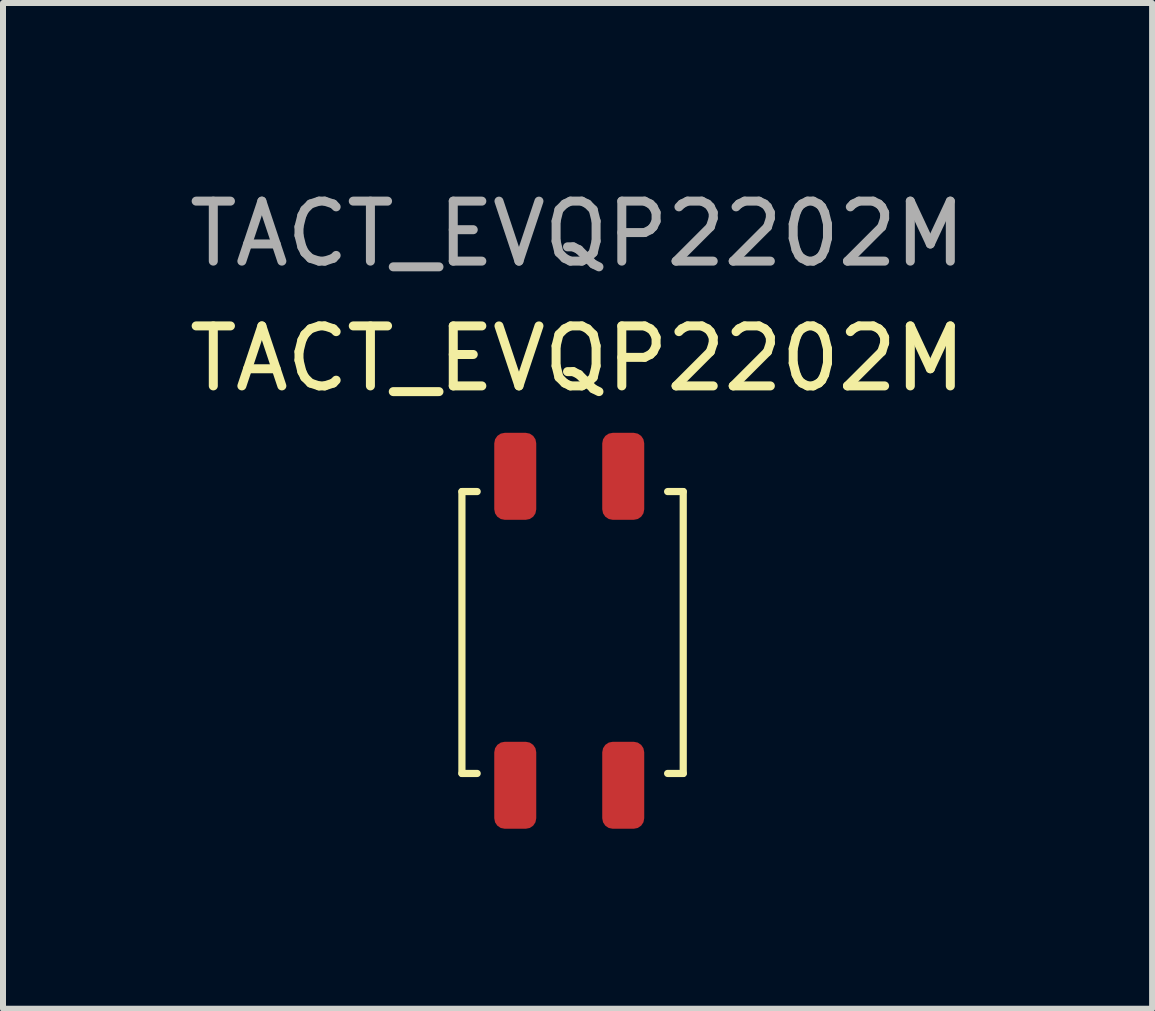
<source format=kicad_pcb>
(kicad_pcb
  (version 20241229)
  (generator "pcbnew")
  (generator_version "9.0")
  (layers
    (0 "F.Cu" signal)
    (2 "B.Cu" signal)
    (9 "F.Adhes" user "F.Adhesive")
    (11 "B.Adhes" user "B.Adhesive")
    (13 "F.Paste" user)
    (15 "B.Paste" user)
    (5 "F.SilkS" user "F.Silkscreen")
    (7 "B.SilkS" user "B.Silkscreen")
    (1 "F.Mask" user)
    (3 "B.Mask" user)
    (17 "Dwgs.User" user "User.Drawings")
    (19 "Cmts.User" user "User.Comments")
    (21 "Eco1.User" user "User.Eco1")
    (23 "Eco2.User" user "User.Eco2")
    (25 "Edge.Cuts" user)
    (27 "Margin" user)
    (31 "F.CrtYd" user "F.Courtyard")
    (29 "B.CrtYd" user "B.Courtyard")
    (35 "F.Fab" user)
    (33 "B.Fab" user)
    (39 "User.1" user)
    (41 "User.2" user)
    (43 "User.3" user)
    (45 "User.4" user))
  (footprint "TACT_EVQP2202M"
    (layer "F.Cu")
    (at 6.45 7.373)
    (property "Reference" "TACT_EVQP2202M" (at 0.127 -4.445 0) (unlocked yes) (layer "F.SilkS") (effects (font (size 1 1) (thickness 0.15))))
    (attr smd)
    (fp_line (start -1.8 -2.229) (end -1.8 2.47) (stroke (width 0.12) (type solid)) (layer "F.SilkS"))
    (fp_line (start -1.8 -2.229) (end -1.546 -2.229) (stroke (width 0.12) (type solid)) (layer "F.SilkS"))
    (fp_line (start -1.8 2.47) (end -1.546 2.47) (stroke (width 0.12) (type solid)) (layer "F.SilkS"))
    (fp_line (start 1.889 -2.229) (end 1.629 -2.229) (stroke (width 0.12) (type solid)) (layer "F.SilkS"))
    (fp_line (start 1.889 -2.229) (end 1.889 2.47) (stroke (width 0.12) (type solid)) (layer "F.SilkS"))
    (fp_line (start 1.889 2.47) (end 1.629 2.47) (stroke (width 0.12) (type solid)) (layer "F.SilkS"))
    (fp_text user "${REFERENCE}" (at 0.127 -6.525 0) (unlocked yes) (layer "F.Fab") (effects (font (size 1 1) (thickness 0.15))))
    (pad "1" smd roundrect (at -0.911 -2.483 90) (size 1.45 0.7) (layers "F.Cu" "F.Mask" "F.Paste") (roundrect_rratio 0.25))
    (pad "2" smd roundrect (at 0.889 -2.483 90) (size 1.45 0.7) (layers "F.Cu" "F.Mask" "F.Paste") (roundrect_rratio 0.25))
    (pad "3" smd roundrect (at -0.911 2.667 90) (size 1.45 0.7) (layers "F.Cu" "F.Mask" "F.Paste") (roundrect_rratio 0.25))
    (pad "4" smd roundrect (at 0.889 2.667 90) (size 1.45 0.7) (layers "F.Cu" "F.Mask" "F.Paste") (roundrect_rratio 0.25)))
  (gr_rect
    (start -3 -3)
    (end 16.155 13.765)
    (stroke (width 0.1) (type default))
    (fill no)
    (layer "Edge.Cuts")))
</source>
